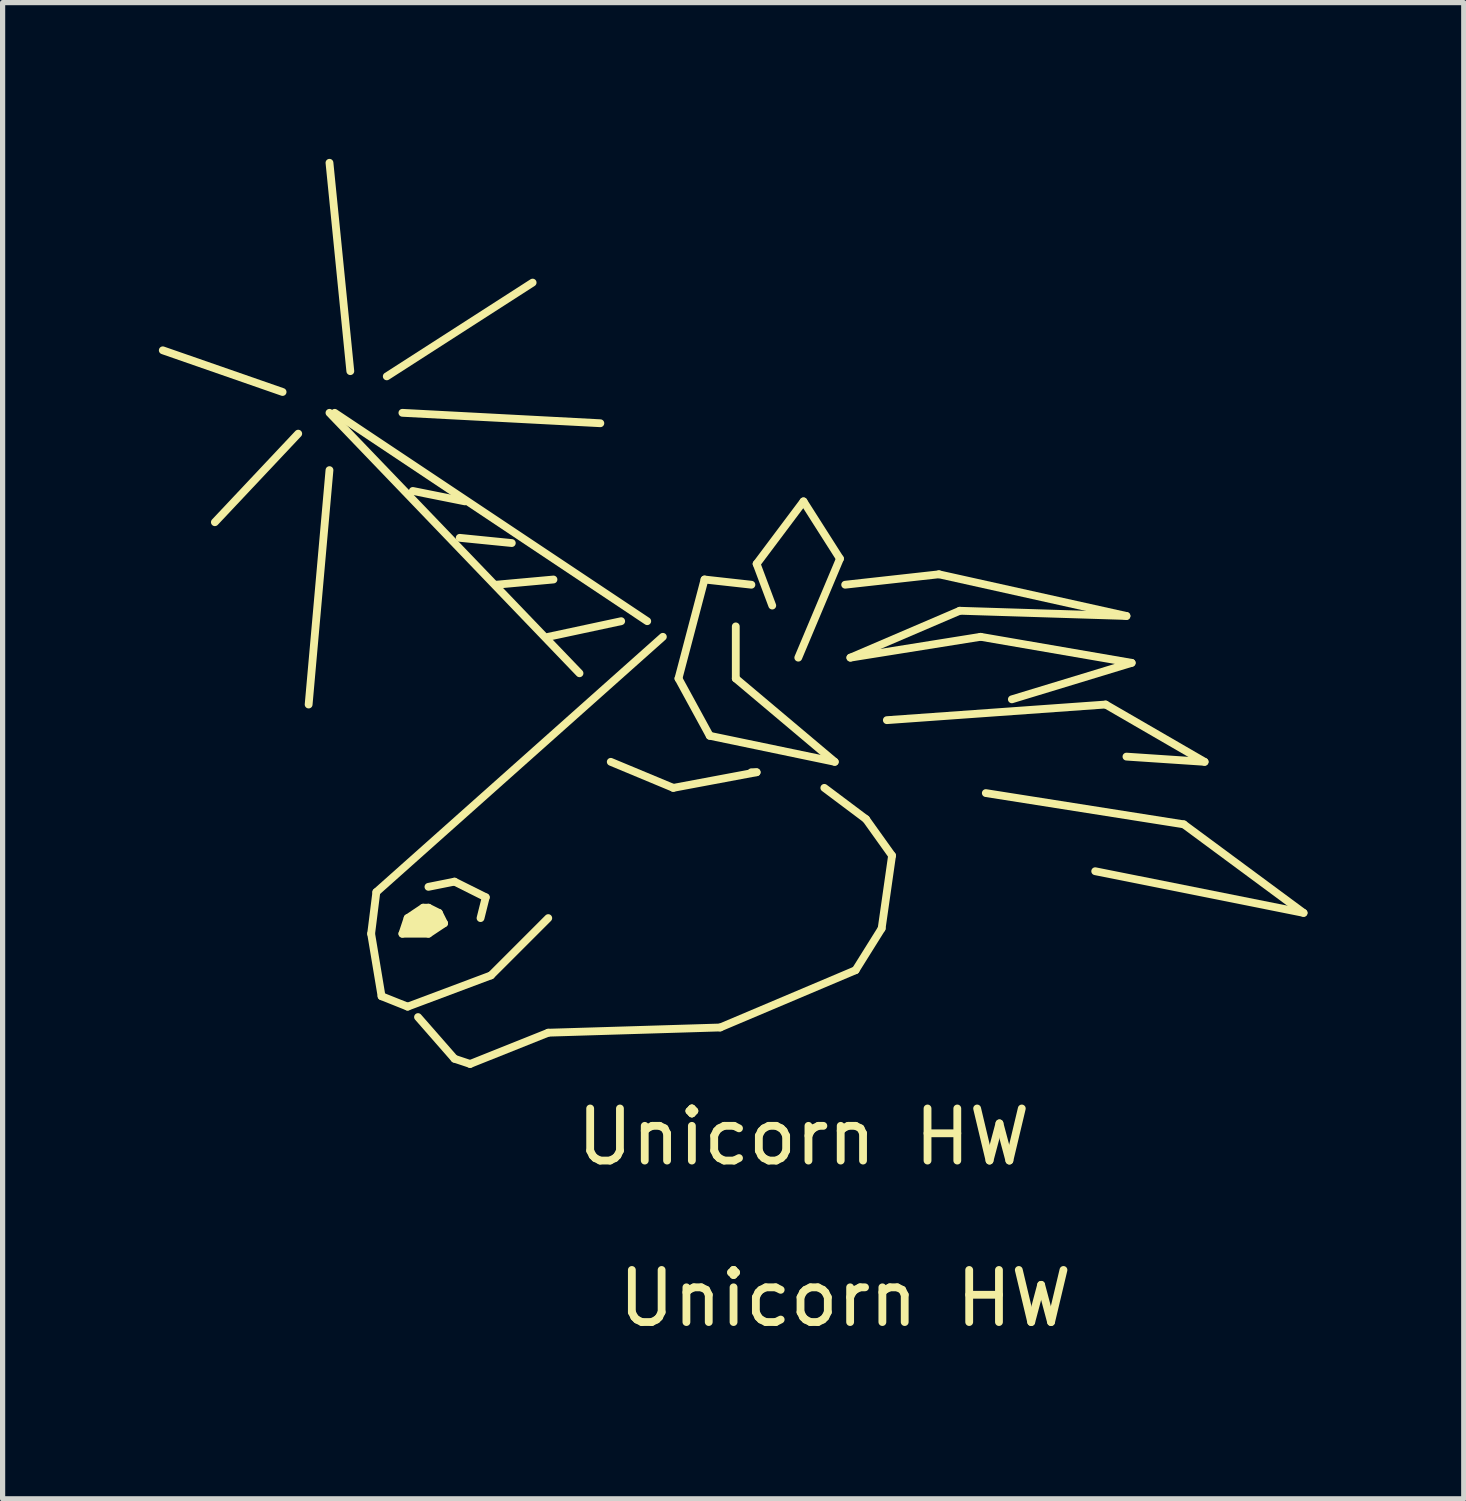
<source format=kicad_pcb>
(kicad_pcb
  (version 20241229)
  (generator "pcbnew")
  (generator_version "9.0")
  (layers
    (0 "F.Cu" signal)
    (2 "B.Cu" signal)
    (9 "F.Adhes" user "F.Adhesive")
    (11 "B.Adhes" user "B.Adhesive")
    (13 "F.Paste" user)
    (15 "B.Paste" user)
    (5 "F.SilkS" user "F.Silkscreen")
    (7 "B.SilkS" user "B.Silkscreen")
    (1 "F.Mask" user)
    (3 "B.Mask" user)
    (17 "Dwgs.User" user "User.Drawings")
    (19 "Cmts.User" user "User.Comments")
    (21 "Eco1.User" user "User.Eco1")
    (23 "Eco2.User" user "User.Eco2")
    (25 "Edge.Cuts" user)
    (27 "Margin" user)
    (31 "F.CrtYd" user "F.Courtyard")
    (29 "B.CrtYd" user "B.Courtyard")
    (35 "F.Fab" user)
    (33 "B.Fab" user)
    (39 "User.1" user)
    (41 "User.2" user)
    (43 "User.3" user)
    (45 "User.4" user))
  (footprint "Unicorn HW"
    (layer "F.Cu")
    (at 2.875 0.275)
    (property "Reference" "Unicorn HW" (at 10.3 21.6 0) (layer "F.SilkS") (effects (font (size 1 1) (thickness 0.15))))
    (attr through_hole)
    (fp_line (start -0.5 4.2) (end -2.8 3.4) (stroke (width 0.15) (type solid)) (layer "F.SilkS"))
    (fp_line (start -0.2 5) (end -1.8 6.7) (stroke (width 0.15) (type solid)) (layer "F.SilkS"))
    (fp_line (start 0.4 5.7) (end 0 10.2) (stroke (width 0.15) (type solid)) (layer "F.SilkS"))
    (fp_line (start 0.5 4.6) (end 6.5 8.6) (stroke (width 0.15) (type solid)) (layer "F.SilkS"))
    (fp_line (start 0.8 3.8) (end 0.4 -0.2) (stroke (width 0.15) (type solid)) (layer "F.SilkS"))
    (fp_line (start 1.2 14.6) (end 1.4 15.8) (stroke (width 0.15) (type solid)) (layer "F.SilkS"))
    (fp_line (start 1.3 13.8) (end 1.2 14.6) (stroke (width 0.15) (type solid)) (layer "F.SilkS"))
    (fp_line (start 1.4 15.8) (end 1.9 16) (stroke (width 0.15) (type solid)) (layer "F.SilkS"))
    (fp_line (start 1.5 3.9) (end 4.3 2.1) (stroke (width 0.15) (type solid)) (layer "F.SilkS"))
    (fp_line (start 1.8 4.6) (end 5.6 4.8) (stroke (width 0.15) (type solid)) (layer "F.SilkS"))
    (fp_line (start 1.8 14.6) (end 2.3 14.6) (stroke (width 0.15) (type solid)) (layer "F.SilkS"))
    (fp_line (start 1.9 14.3) (end 1.8 14.6) (stroke (width 0.15) (type solid)) (layer "F.SilkS"))
    (fp_line (start 1.9 14.5) (end 2.3 14.5) (stroke (width 0.15) (type solid)) (layer "F.SilkS"))
    (fp_line (start 1.9 16) (end 3.5 15.4) (stroke (width 0.15) (type solid)) (layer "F.SilkS"))
    (fp_line (start 2 6.1) (end 3 6.3) (stroke (width 0.15) (type solid)) (layer "F.SilkS"))
    (fp_line (start 2 14.3) (end 2 14.4) (stroke (width 0.15) (type solid)) (layer "F.SilkS"))
    (fp_line (start 2 14.4) (end 2.4 14.3) (stroke (width 0.15) (type solid)) (layer "F.SilkS"))
    (fp_line (start 2.1 16.2) (end 2.8 17) (stroke (width 0.15) (type solid)) (layer "F.SilkS"))
    (fp_line (start 2.2 14.1) (end 1.9 14.3) (stroke (width 0.15) (type solid)) (layer "F.SilkS"))
    (fp_line (start 2.3 13.7) (end 2.8 13.6) (stroke (width 0.15) (type solid)) (layer "F.SilkS"))
    (fp_line (start 2.3 14.1) (end 2.2 14.1) (stroke (width 0.15) (type solid)) (layer "F.SilkS"))
    (fp_line (start 2.3 14.2) (end 2 14.3) (stroke (width 0.15) (type solid)) (layer "F.SilkS"))
    (fp_line (start 2.3 14.5) (end 2.5 14.3) (stroke (width 0.15) (type solid)) (layer "F.SilkS"))
    (fp_line (start 2.3 14.6) (end 2.6 14.4) (stroke (width 0.15) (type solid)) (layer "F.SilkS"))
    (fp_line (start 2.4 14.3) (end 2.2 14.5) (stroke (width 0.15) (type solid)) (layer "F.SilkS"))
    (fp_line (start 2.5 14.2) (end 2.3 14.1) (stroke (width 0.15) (type solid)) (layer "F.SilkS"))
    (fp_line (start 2.5 14.3) (end 2.3 14.2) (stroke (width 0.15) (type solid)) (layer "F.SilkS"))
    (fp_line (start 2.6 14.4) (end 2.5 14.2) (stroke (width 0.15) (type solid)) (layer "F.SilkS"))
    (fp_line (start 2.8 13.6) (end 3.4 13.9) (stroke (width 0.15) (type solid)) (layer "F.SilkS"))
    (fp_line (start 2.8 17) (end 3.1 17.1) (stroke (width 0.15) (type solid)) (layer "F.SilkS"))
    (fp_line (start 2.9 7) (end 3.9 7.1) (stroke (width 0.15) (type solid)) (layer "F.SilkS"))
    (fp_line (start 3.1 17.1) (end 4.6 16.5) (stroke (width 0.15) (type solid)) (layer "F.SilkS"))
    (fp_line (start 3.4 13.9) (end 3.3 14.3) (stroke (width 0.15) (type solid)) (layer "F.SilkS"))
    (fp_line (start 3.5 15.4) (end 4.6 14.3) (stroke (width 0.15) (type solid)) (layer "F.SilkS"))
    (fp_line (start 3.6 7.9) (end 4.7 7.8) (stroke (width 0.15) (type solid)) (layer "F.SilkS"))
    (fp_line (start 4.6 8.9) (end 6 8.6) (stroke (width 0.15) (type solid)) (layer "F.SilkS"))
    (fp_line (start 4.6 16.5) (end 7.9 16.4) (stroke (width 0.15) (type solid)) (layer "F.SilkS"))
    (fp_line (start 5.2 9.6) (end 0.4 4.6) (stroke (width 0.15) (type solid)) (layer "F.SilkS"))
    (fp_line (start 5.8 11.3) (end 7 11.8) (stroke (width 0.15) (type solid)) (layer "F.SilkS"))
    (fp_line (start 6.8 8.9) (end 1.3 13.8) (stroke (width 0.15) (type solid)) (layer "F.SilkS"))
    (fp_line (start 7 11.8) (end 8.6 11.5) (stroke (width 0.15) (type solid)) (layer "F.SilkS"))
    (fp_line (start 7.1 9.7) (end 7.6 7.8) (stroke (width 0.15) (type solid)) (layer "F.SilkS"))
    (fp_line (start 7.6 7.8) (end 8.5 7.9) (stroke (width 0.15) (type solid)) (layer "F.SilkS"))
    (fp_line (start 7.7 10.8) (end 7.1 9.7) (stroke (width 0.15) (type solid)) (layer "F.SilkS"))
    (fp_line (start 7.9 16.4) (end 10.5 15.3) (stroke (width 0.15) (type solid)) (layer "F.SilkS"))
    (fp_line (start 8.2 9.7) (end 8.2 8.7) (stroke (width 0.15) (type solid)) (layer "F.SilkS"))
    (fp_line (start 8.2 9.7) (end 10.1 11.3) (stroke (width 0.15) (type solid)) (layer "F.SilkS"))
    (fp_line (start 8.6 7.5) (end 9.5 6.3) (stroke (width 0.15) (type solid)) (layer "F.SilkS"))
    (fp_line (start 8.6 11.5) (end 8.5 11.5) (stroke (width 0.15) (type solid)) (layer "F.SilkS"))
    (fp_line (start 8.9 8.3) (end 8.6 7.5) (stroke (width 0.15) (type solid)) (layer "F.SilkS"))
    (fp_line (start 9.5 6.3) (end 10.2 7.4) (stroke (width 0.15) (type solid)) (layer "F.SilkS"))
    (fp_line (start 10.1 11.3) (end 7.7 10.8) (stroke (width 0.15) (type solid)) (layer "F.SilkS"))
    (fp_line (start 10.2 7.4) (end 9.4 9.3) (stroke (width 0.15) (type solid)) (layer "F.SilkS"))
    (fp_line (start 10.3 7.9) (end 12.1 7.7) (stroke (width 0.15) (type solid)) (layer "F.SilkS"))
    (fp_line (start 10.4 9.3) (end 12.9 8.9) (stroke (width 0.15) (type solid)) (layer "F.SilkS"))
    (fp_line (start 10.5 15.3) (end 11 14.5) (stroke (width 0.15) (type solid)) (layer "F.SilkS"))
    (fp_line (start 10.7 12.4) (end 9.9 11.8) (stroke (width 0.15) (type solid)) (layer "F.SilkS"))
    (fp_line (start 11 14.5) (end 11.2 13.1) (stroke (width 0.15) (type solid)) (layer "F.SilkS"))
    (fp_line (start 11.1 10.5) (end 15.3 10.2) (stroke (width 0.15) (type solid)) (layer "F.SilkS"))
    (fp_line (start 11.2 13.1) (end 10.7 12.4) (stroke (width 0.15) (type solid)) (layer "F.SilkS"))
    (fp_line (start 12.1 7.7) (end 15.7 8.5) (stroke (width 0.15) (type solid)) (layer "F.SilkS"))
    (fp_line (start 12.5 8.4) (end 10.4 9.3) (stroke (width 0.15) (type solid)) (layer "F.SilkS"))
    (fp_line (start 12.9 8.9) (end 15.8 9.4) (stroke (width 0.15) (type solid)) (layer "F.SilkS"))
    (fp_line (start 13 11.9) (end 16.8 12.5) (stroke (width 0.15) (type solid)) (layer "F.SilkS"))
    (fp_line (start 15.3 10.2) (end 17.2 11.3) (stroke (width 0.15) (type solid)) (layer "F.SilkS"))
    (fp_line (start 15.7 8.5) (end 12.5 8.4) (stroke (width 0.15) (type solid)) (layer "F.SilkS"))
    (fp_line (start 15.8 9.4) (end 13.5 10.1) (stroke (width 0.15) (type solid)) (layer "F.SilkS"))
    (fp_line (start 16.8 12.5) (end 19.1 14.2) (stroke (width 0.15) (type solid)) (layer "F.SilkS"))
    (fp_line (start 17.2 11.3) (end 15.7 11.2) (stroke (width 0.15) (type solid)) (layer "F.SilkS"))
    (fp_line (start 19.1 14.2) (end 15.1 13.4) (stroke (width 0.15) (type solid)) (layer "F.SilkS"))
    (fp_text user "Unicorn HW" (at 9.5 18.5 0) (layer "F.SilkS") (effects (font (size 1 1) (thickness 0.15)))))
  (gr_rect
    (start -3 -3)
    (end 25.05 25.723)
    (stroke (width 0.1) (type default))
    (fill no)
    (layer "Edge.Cuts")))
</source>
